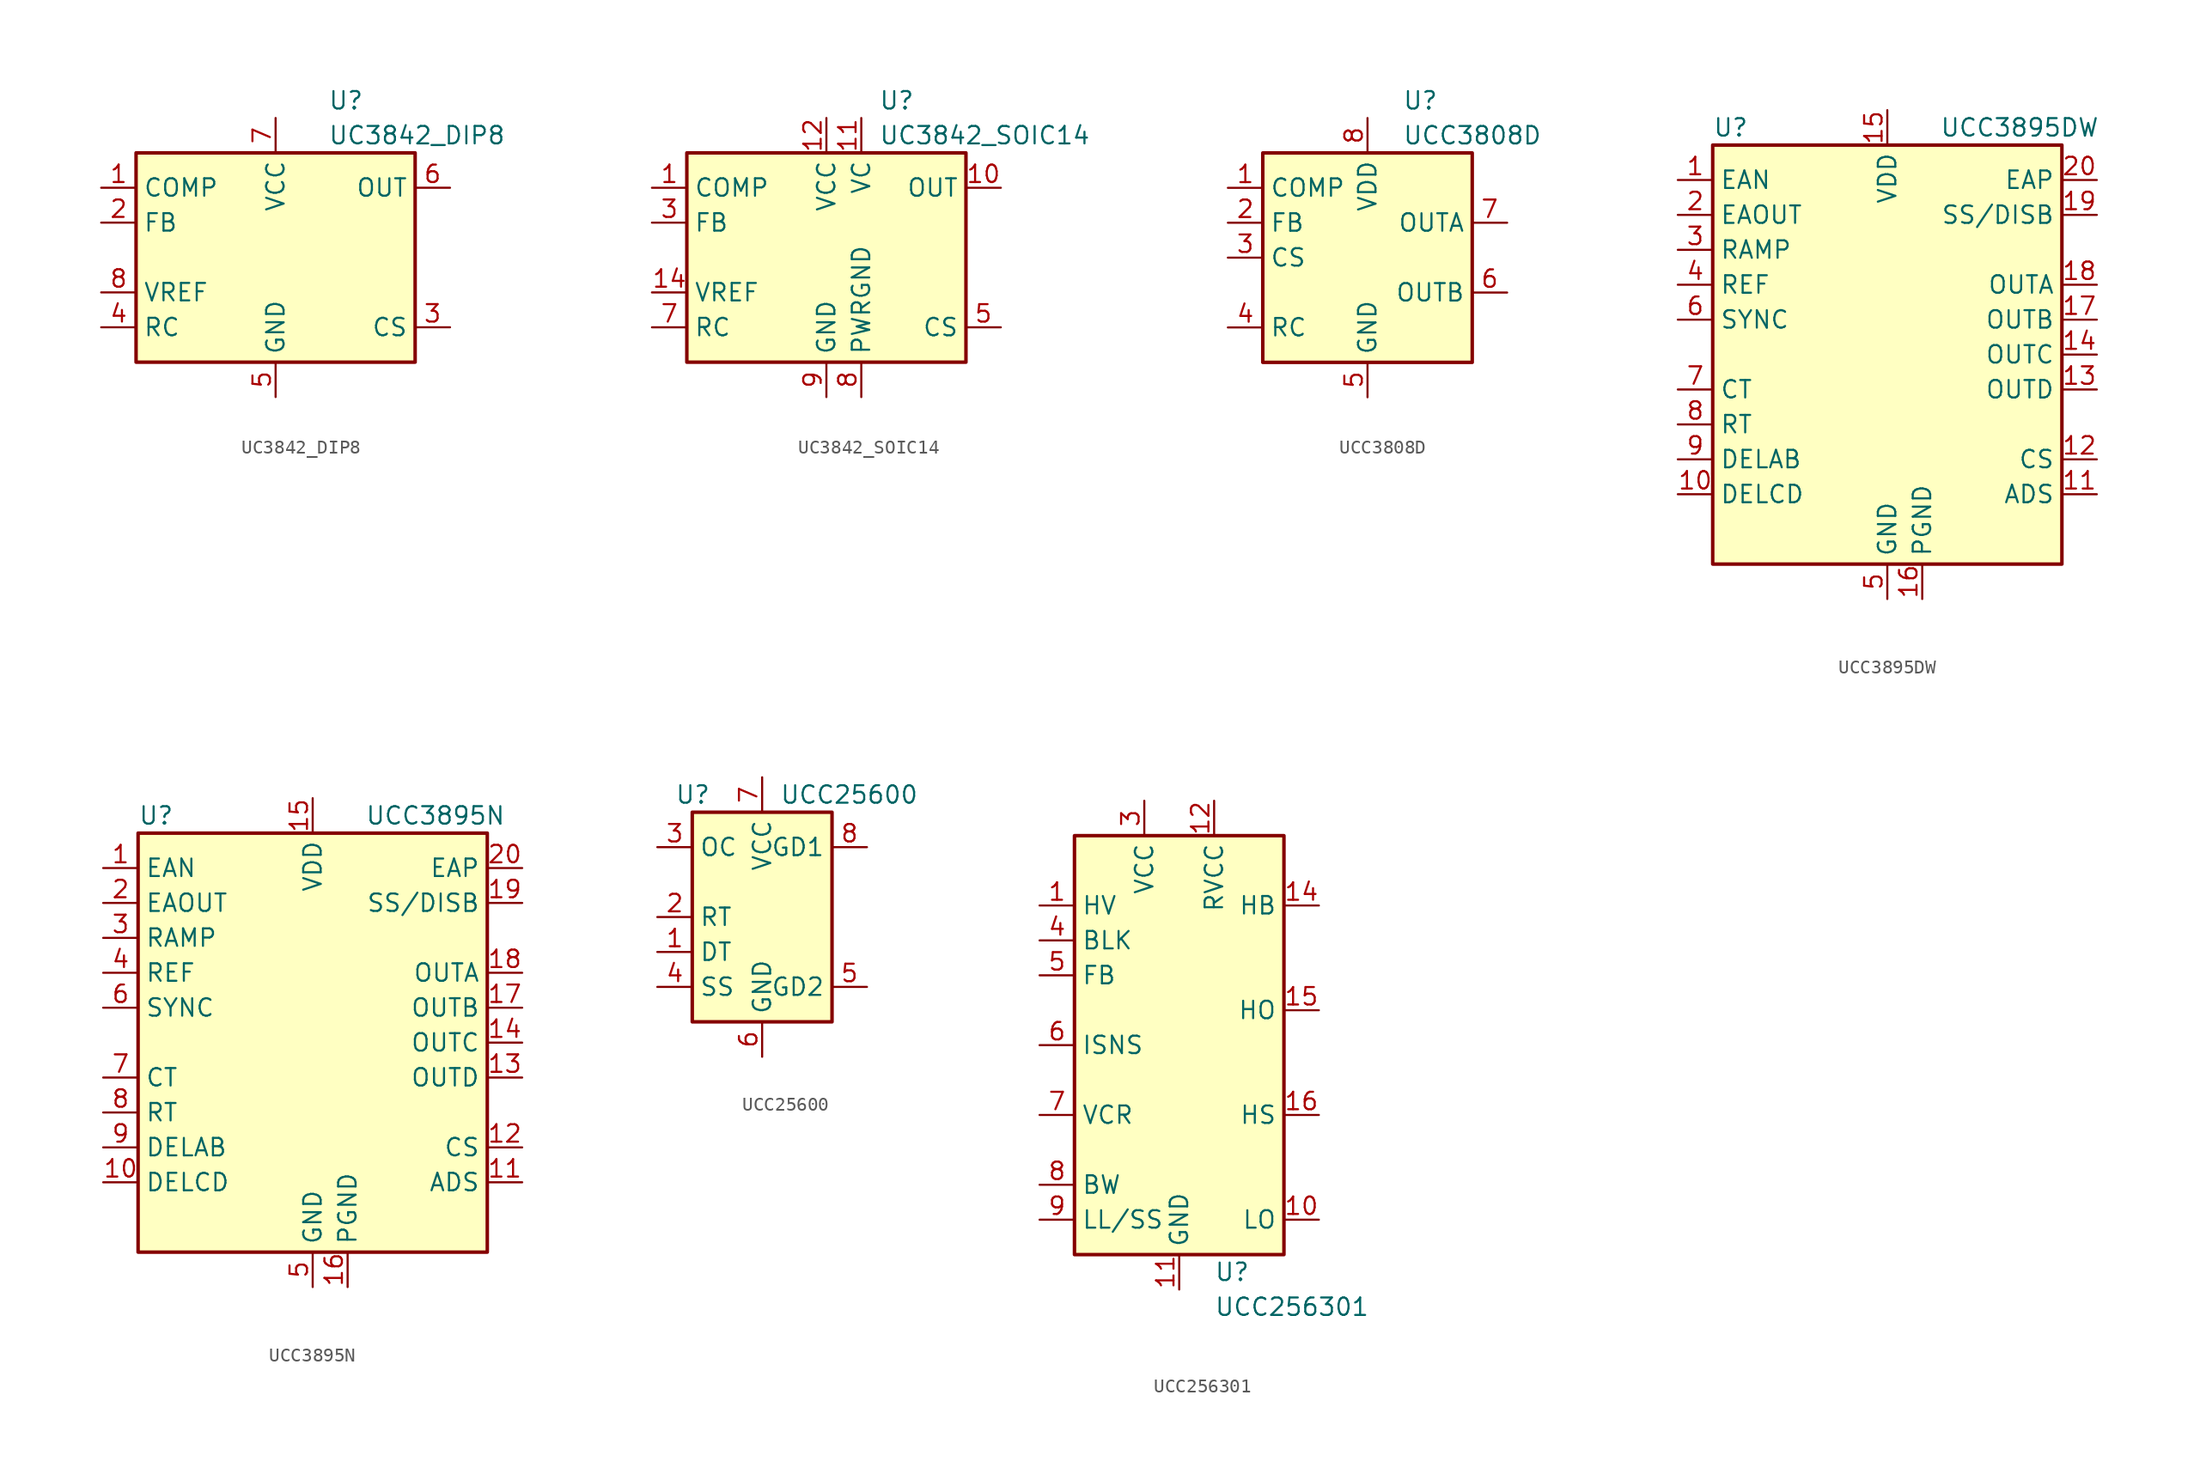
<source format=kicad_sym>
(kicad_symbol_lib
  (version 20201005)
  (generator kicad_symbol_editor)
  (symbol "Regulator_Controller:UC3842_DIP8"
    (property "Reference" "U"
      (at 3.81 11.43 0)
      (effects (font (size 1.27 1.27)) (justify left)))
    (property "Value" "UC3842_DIP8"
      (at 3.81 8.89 0)
      (effects (font (size 1.27 1.27)) (justify left)))
    (symbol "UC3842_DIP8_0_1"
      (rectangle (start -10.16 -7.62) (end 10.16 7.62) (stroke (width 0.254)) (fill (type background))))
    (symbol "UC3842_DIP8_1_1"
      (pin passive line (at -12.7 5.08 0) (length 2.54) (name "COMP" (effects (font (size 1.27 1.27)))) (number "1" (effects (font (size 1.27 1.27)))))
      (pin input line (at -12.7 2.54 0) (length 2.54) (name "FB" (effects (font (size 1.27 1.27)))) (number "2" (effects (font (size 1.27 1.27)))))
      (pin input line (at 12.7 -5.08 180) (length 2.54) (name "CS" (effects (font (size 1.27 1.27)))) (number "3" (effects (font (size 1.27 1.27)))))
      (pin passive line (at -12.7 -5.08 0) (length 2.54) (name "RC" (effects (font (size 1.27 1.27)))) (number "4" (effects (font (size 1.27 1.27)))))
      (pin power_in line (at 0 -10.16 90) (length 2.54) (name "GND" (effects (font (size 1.27 1.27)))) (number "5" (effects (font (size 1.27 1.27)))))
      (pin output line (at 12.7 5.08 180) (length 2.54) (name "OUT" (effects (font (size 1.27 1.27)))) (number "6" (effects (font (size 1.27 1.27)))))
      (pin power_in line (at 0 10.16 270) (length 2.54) (name "VCC" (effects (font (size 1.27 1.27)))) (number "7" (effects (font (size 1.27 1.27)))))
      (pin power_out line (at -12.7 -2.54 0) (length 2.54) (name "VREF" (effects (font (size 1.27 1.27)))) (number "8" (effects (font (size 1.27 1.27)))))))
  (symbol "Regulator_Controller:UC3842_SOIC14"
    (property "Reference" "U"
      (at 3.81 11.43 0)
      (effects (font (size 1.27 1.27)) (justify left)))
    (property "Value" "UC3842_SOIC14"
      (at 3.81 8.89 0)
      (effects (font (size 1.27 1.27)) (justify left)))
    (symbol "UC3842_SOIC14_0_1"
      (rectangle (start -10.16 -7.62) (end 10.16 7.62) (stroke (width 0.254)) (fill (type background))))
    (symbol "UC3842_SOIC14_1_1"
      (pin passive line (at -12.7 5.08 0) (length 2.54) (name "COMP" (effects (font (size 1.27 1.27)))) (number "1" (effects (font (size 1.27 1.27)))))
      (pin output line (at 12.7 5.08 180) (length 2.54) (name "OUT" (effects (font (size 1.27 1.27)))) (number "10" (effects (font (size 1.27 1.27)))))
      (pin power_in line (at 2.54 10.16 270) (length 2.54) (name "VC" (effects (font (size 1.27 1.27)))) (number "11" (effects (font (size 1.27 1.27)))))
      (pin power_in line (at 0 10.16 270) (length 2.54) (name "VCC" (effects (font (size 1.27 1.27)))) (number "12" (effects (font (size 1.27 1.27)))))
      (pin no_connect line (at -2.54 -7.62 90) (length 2.54) hide (name "NC" (effects (font (size 1.27 1.27)))) (number "13" (effects (font (size 1.27 1.27)))))
      (pin power_out line (at -12.7 -2.54 0) (length 2.54) (name "VREF" (effects (font (size 1.27 1.27)))) (number "14" (effects (font (size 1.27 1.27)))))
      (pin no_connect line (at -10.16 -7.62 90) (length 2.54) hide (name "NC" (effects (font (size 1.27 1.27)))) (number "2" (effects (font (size 1.27 1.27)))))
      (pin input line (at -12.7 2.54 0) (length 2.54) (name "FB" (effects (font (size 1.27 1.27)))) (number "3" (effects (font (size 1.27 1.27)))))
      (pin no_connect line (at -7.62 -7.62 90) (length 2.54) hide (name "NC" (effects (font (size 1.27 1.27)))) (number "4" (effects (font (size 1.27 1.27)))))
      (pin input line (at 12.7 -5.08 180) (length 2.54) (name "CS" (effects (font (size 1.27 1.27)))) (number "5" (effects (font (size 1.27 1.27)))))
      (pin no_connect line (at -5.08 -7.62 90) (length 2.54) hide (name "NC" (effects (font (size 1.27 1.27)))) (number "6" (effects (font (size 1.27 1.27)))))
      (pin passive line (at -12.7 -5.08 0) (length 2.54) (name "RC" (effects (font (size 1.27 1.27)))) (number "7" (effects (font (size 1.27 1.27)))))
      (pin power_in line (at 2.54 -10.16 90) (length 2.54) (name "PWRGND" (effects (font (size 1.27 1.27)))) (number "8" (effects (font (size 1.27 1.27)))))
      (pin power_in line (at 0 -10.16 90) (length 2.54) (name "GND" (effects (font (size 1.27 1.27)))) (number "9" (effects (font (size 1.27 1.27)))))))
  (symbol "Regulator_Controller:UCC3808D"
    (property "Reference" "U"
      (at 2.54 11.43 0)
      (effects (font (size 1.27 1.27)) (justify left)))
    (property "Value" "UCC3808D"
      (at 2.54 8.89 0)
      (effects (font (size 1.27 1.27)) (justify left)))
    (symbol "UCC3808D_0_1"
      (rectangle (start -7.62 -7.62) (end 7.62 7.62) (stroke (width 0.254)) (fill (type background))))
    (symbol "UCC3808D_1_1"
      (pin passive line (at -10.16 5.08 0) (length 2.54) (name "COMP" (effects (font (size 1.27 1.27)))) (number "1" (effects (font (size 1.27 1.27)))))
      (pin input line (at -10.16 2.54 0) (length 2.54) (name "FB" (effects (font (size 1.27 1.27)))) (number "2" (effects (font (size 1.27 1.27)))))
      (pin input line (at -10.16 0 0) (length 2.54) (name "CS" (effects (font (size 1.27 1.27)))) (number "3" (effects (font (size 1.27 1.27)))))
      (pin passive line (at -10.16 -5.08 0) (length 2.54) (name "RC" (effects (font (size 1.27 1.27)))) (number "4" (effects (font (size 1.27 1.27)))))
      (pin power_in line (at 0 -10.16 90) (length 2.54) (name "GND" (effects (font (size 1.27 1.27)))) (number "5" (effects (font (size 1.27 1.27)))))
      (pin output line (at 10.16 -2.54 180) (length 2.54) (name "OUTB" (effects (font (size 1.27 1.27)))) (number "6" (effects (font (size 1.27 1.27)))))
      (pin output line (at 10.16 2.54 180) (length 2.54) (name "OUTA" (effects (font (size 1.27 1.27)))) (number "7" (effects (font (size 1.27 1.27)))))
      (pin power_in line (at 0 10.16 270) (length 2.54) (name "VDD" (effects (font (size 1.27 1.27)))) (number "8" (effects (font (size 1.27 1.27)))))))
  (symbol "Regulator_Controller:UCC3895DW"
    (property "Reference" "U"
      (at -12.7 16.51 0)
      (effects (font (size 1.27 1.27)) (justify left)))
    (property "Value" "UCC3895DW"
      (at 3.81 16.51 0)
      (effects (font (size 1.27 1.27)) (justify left)))
    (symbol "UCC3895DW_0_1"
      (rectangle (start -12.7 15.24) (end 12.7 -15.24) (stroke (width 0.254)) (fill (type background))))
    (symbol "UCC3895DW_1_1"
      (pin input line (at -15.24 12.7 0) (length 2.54) (name "EAN" (effects (font (size 1.27 1.27)))) (number "1" (effects (font (size 1.27 1.27)))))
      (pin passive line (at -15.24 -10.16 0) (length 2.54) (name "DELCD" (effects (font (size 1.27 1.27)))) (number "10" (effects (font (size 1.27 1.27)))))
      (pin input line (at 15.24 -10.16 180) (length 2.54) (name "ADS" (effects (font (size 1.27 1.27)))) (number "11" (effects (font (size 1.27 1.27)))))
      (pin input line (at 15.24 -7.62 180) (length 2.54) (name "CS" (effects (font (size 1.27 1.27)))) (number "12" (effects (font (size 1.27 1.27)))))
      (pin output line (at 15.24 -2.54 180) (length 2.54) (name "OUTD" (effects (font (size 1.27 1.27)))) (number "13" (effects (font (size 1.27 1.27)))))
      (pin output line (at 15.24 0 180) (length 2.54) (name "OUTC" (effects (font (size 1.27 1.27)))) (number "14" (effects (font (size 1.27 1.27)))))
      (pin power_in line (at 0 17.78 270) (length 2.54) (name "VDD" (effects (font (size 1.27 1.27)))) (number "15" (effects (font (size 1.27 1.27)))))
      (pin power_in line (at 2.54 -17.78 90) (length 2.54) (name "PGND" (effects (font (size 1.27 1.27)))) (number "16" (effects (font (size 1.27 1.27)))))
      (pin output line (at 15.24 2.54 180) (length 2.54) (name "OUTB" (effects (font (size 1.27 1.27)))) (number "17" (effects (font (size 1.27 1.27)))))
      (pin output line (at 15.24 5.08 180) (length 2.54) (name "OUTA" (effects (font (size 1.27 1.27)))) (number "18" (effects (font (size 1.27 1.27)))))
      (pin passive line (at 15.24 10.16 180) (length 2.54) (name "SS/DISB" (effects (font (size 1.27 1.27)))) (number "19" (effects (font (size 1.27 1.27)))))
      (pin bidirectional line (at -15.24 10.16 0) (length 2.54) (name "EAOUT" (effects (font (size 1.27 1.27)))) (number "2" (effects (font (size 1.27 1.27)))))
      (pin input line (at 15.24 12.7 180) (length 2.54) (name "EAP" (effects (font (size 1.27 1.27)))) (number "20" (effects (font (size 1.27 1.27)))))
      (pin input line (at -15.24 7.62 0) (length 2.54) (name "RAMP" (effects (font (size 1.27 1.27)))) (number "3" (effects (font (size 1.27 1.27)))))
      (pin output line (at -15.24 5.08 0) (length 2.54) (name "REF" (effects (font (size 1.27 1.27)))) (number "4" (effects (font (size 1.27 1.27)))))
      (pin power_in line (at 0 -17.78 90) (length 2.54) (name "GND" (effects (font (size 1.27 1.27)))) (number "5" (effects (font (size 1.27 1.27)))))
      (pin bidirectional line (at -15.24 2.54 0) (length 2.54) (name "SYNC" (effects (font (size 1.27 1.27)))) (number "6" (effects (font (size 1.27 1.27)))))
      (pin passive line (at -15.24 -2.54 0) (length 2.54) (name "CT" (effects (font (size 1.27 1.27)))) (number "7" (effects (font (size 1.27 1.27)))))
      (pin passive line (at -15.24 -5.08 0) (length 2.54) (name "RT" (effects (font (size 1.27 1.27)))) (number "8" (effects (font (size 1.27 1.27)))))
      (pin passive line (at -15.24 -7.62 0) (length 2.54) (name "DELAB" (effects (font (size 1.27 1.27)))) (number "9" (effects (font (size 1.27 1.27)))))))
  (symbol "Regulator_Controller:UCC3895N"
    (property "Reference" "U"
      (at -12.7 16.51 0)
      (effects (font (size 1.27 1.27)) (justify left)))
    (property "Value" "UCC3895N"
      (at 3.81 16.51 0)
      (effects (font (size 1.27 1.27)) (justify left)))
    (symbol "UCC3895N_0_1"
      (rectangle (start -12.7 15.24) (end 12.7 -15.24) (stroke (width 0.254)) (fill (type background))))
    (symbol "UCC3895N_1_1"
      (pin input line (at -15.24 12.7 0) (length 2.54) (name "EAN" (effects (font (size 1.27 1.27)))) (number "1" (effects (font (size 1.27 1.27)))))
      (pin passive line (at -15.24 -10.16 0) (length 2.54) (name "DELCD" (effects (font (size 1.27 1.27)))) (number "10" (effects (font (size 1.27 1.27)))))
      (pin input line (at 15.24 -10.16 180) (length 2.54) (name "ADS" (effects (font (size 1.27 1.27)))) (number "11" (effects (font (size 1.27 1.27)))))
      (pin input line (at 15.24 -7.62 180) (length 2.54) (name "CS" (effects (font (size 1.27 1.27)))) (number "12" (effects (font (size 1.27 1.27)))))
      (pin output line (at 15.24 -2.54 180) (length 2.54) (name "OUTD" (effects (font (size 1.27 1.27)))) (number "13" (effects (font (size 1.27 1.27)))))
      (pin output line (at 15.24 0 180) (length 2.54) (name "OUTC" (effects (font (size 1.27 1.27)))) (number "14" (effects (font (size 1.27 1.27)))))
      (pin power_in line (at 0 17.78 270) (length 2.54) (name "VDD" (effects (font (size 1.27 1.27)))) (number "15" (effects (font (size 1.27 1.27)))))
      (pin power_in line (at 2.54 -17.78 90) (length 2.54) (name "PGND" (effects (font (size 1.27 1.27)))) (number "16" (effects (font (size 1.27 1.27)))))
      (pin output line (at 15.24 2.54 180) (length 2.54) (name "OUTB" (effects (font (size 1.27 1.27)))) (number "17" (effects (font (size 1.27 1.27)))))
      (pin output line (at 15.24 5.08 180) (length 2.54) (name "OUTA" (effects (font (size 1.27 1.27)))) (number "18" (effects (font (size 1.27 1.27)))))
      (pin passive line (at 15.24 10.16 180) (length 2.54) (name "SS/DISB" (effects (font (size 1.27 1.27)))) (number "19" (effects (font (size 1.27 1.27)))))
      (pin bidirectional line (at -15.24 10.16 0) (length 2.54) (name "EAOUT" (effects (font (size 1.27 1.27)))) (number "2" (effects (font (size 1.27 1.27)))))
      (pin input line (at 15.24 12.7 180) (length 2.54) (name "EAP" (effects (font (size 1.27 1.27)))) (number "20" (effects (font (size 1.27 1.27)))))
      (pin input line (at -15.24 7.62 0) (length 2.54) (name "RAMP" (effects (font (size 1.27 1.27)))) (number "3" (effects (font (size 1.27 1.27)))))
      (pin output line (at -15.24 5.08 0) (length 2.54) (name "REF" (effects (font (size 1.27 1.27)))) (number "4" (effects (font (size 1.27 1.27)))))
      (pin power_in line (at 0 -17.78 90) (length 2.54) (name "GND" (effects (font (size 1.27 1.27)))) (number "5" (effects (font (size 1.27 1.27)))))
      (pin bidirectional line (at -15.24 2.54 0) (length 2.54) (name "SYNC" (effects (font (size 1.27 1.27)))) (number "6" (effects (font (size 1.27 1.27)))))
      (pin passive line (at -15.24 -2.54 0) (length 2.54) (name "CT" (effects (font (size 1.27 1.27)))) (number "7" (effects (font (size 1.27 1.27)))))
      (pin passive line (at -15.24 -5.08 0) (length 2.54) (name "RT" (effects (font (size 1.27 1.27)))) (number "8" (effects (font (size 1.27 1.27)))))
      (pin passive line (at -15.24 -7.62 0) (length 2.54) (name "DELAB" (effects (font (size 1.27 1.27)))) (number "9" (effects (font (size 1.27 1.27)))))))
  (symbol "Regulator_Controller:UCC25600"
    (property "Reference" "U"
      (at -6.35 8.89 0)
      (effects (font (size 1.27 1.27)) (justify left)))
    (property "Value" "UCC25600"
      (at 1.27 8.89 0)
      (effects (font (size 1.27 1.27)) (justify left)))
    (symbol "UCC25600_0_0"
      (rectangle (start -5.08 7.62) (end 5.08 -7.62) (stroke (width 0.254)) (fill (type background))))
    (symbol "UCC25600_1_1"
      (pin passive line (at -7.62 -2.54 0) (length 2.54) (name "DT" (effects (font (size 1.27 1.27)))) (number "1" (effects (font (size 1.27 1.27)))))
      (pin input line (at -7.62 0 0) (length 2.54) (name "RT" (effects (font (size 1.27 1.27)))) (number "2" (effects (font (size 1.27 1.27)))))
      (pin input line (at -7.62 5.08 0) (length 2.54) (name "OC" (effects (font (size 1.27 1.27)))) (number "3" (effects (font (size 1.27 1.27)))))
      (pin passive line (at -7.62 -5.08 0) (length 2.54) (name "SS" (effects (font (size 1.27 1.27)))) (number "4" (effects (font (size 1.27 1.27)))))
      (pin output line (at 7.62 -5.08 180) (length 2.54) (name "GD2" (effects (font (size 1.27 1.27)))) (number "5" (effects (font (size 1.27 1.27)))))
      (pin power_in line (at 0 -10.16 90) (length 2.54) (name "GND" (effects (font (size 1.27 1.27)))) (number "6" (effects (font (size 1.27 1.27)))))
      (pin power_in line (at 0 10.16 270) (length 2.54) (name "VCC" (effects (font (size 1.27 1.27)))) (number "7" (effects (font (size 1.27 1.27)))))
      (pin output line (at 7.62 5.08 180) (length 2.54) (name "GD1" (effects (font (size 1.27 1.27)))) (number "8" (effects (font (size 1.27 1.27)))))))
  (symbol "Regulator_Controller:UCC256301"
    (property "Reference" "U"
      (at 2.54 -16.51 0)
      (effects (font (size 1.27 1.27)) (justify left)))
    (property "Value" "UCC256301"
      (at 2.54 -19.05 0)
      (effects (font (size 1.27 1.27)) (justify left)))
    (symbol "UCC256301_0_1"
      (rectangle (start -7.62 15.24) (end 7.62 -15.24) (stroke (width 0.254)) (fill (type background))))
    (symbol "UCC256301_1_1"
      (pin input line (at -10.16 10.16 0) (length 2.54) (name "HV" (effects (font (size 1.27 1.27)))) (number "1" (effects (font (size 1.27 1.27)))))
      (pin output line (at 10.16 -12.7 180) (length 2.54) (name "LO" (effects (font (size 1.27 1.27)))) (number "10" (effects (font (size 1.27 1.27)))))
      (pin power_in line (at 0 -17.78 90) (length 2.54) (name "GND" (effects (font (size 1.27 1.27)))) (number "11" (effects (font (size 1.27 1.27)))))
      (pin power_out line (at 2.54 17.78 270) (length 2.54) (name "RVCC" (effects (font (size 1.27 1.27)))) (number "12" (effects (font (size 1.27 1.27)))))
      (pin input line (at 10.16 10.16 180) (length 2.54) (name "HB" (effects (font (size 1.27 1.27)))) (number "14" (effects (font (size 1.27 1.27)))))
      (pin output line (at 10.16 2.54 180) (length 2.54) (name "HO" (effects (font (size 1.27 1.27)))) (number "15" (effects (font (size 1.27 1.27)))))
      (pin input line (at 10.16 -5.08 180) (length 2.54) (name "HS" (effects (font (size 1.27 1.27)))) (number "16" (effects (font (size 1.27 1.27)))))
      (pin power_in line (at -2.54 17.78 270) (length 2.54) (name "VCC" (effects (font (size 1.27 1.27)))) (number "3" (effects (font (size 1.27 1.27)))))
      (pin input line (at -10.16 7.62 0) (length 2.54) (name "BLK" (effects (font (size 1.27 1.27)))) (number "4" (effects (font (size 1.27 1.27)))))
      (pin input line (at -10.16 5.08 0) (length 2.54) (name "FB" (effects (font (size 1.27 1.27)))) (number "5" (effects (font (size 1.27 1.27)))))
      (pin input line (at -10.16 0 0) (length 2.54) (name "ISNS" (effects (font (size 1.27 1.27)))) (number "6" (effects (font (size 1.27 1.27)))))
      (pin input line (at -10.16 -5.08 0) (length 2.54) (name "VCR" (effects (font (size 1.27 1.27)))) (number "7" (effects (font (size 1.27 1.27)))))
      (pin input line (at -10.16 -10.16 0) (length 2.54) (name "BW" (effects (font (size 1.27 1.27)))) (number "8" (effects (font (size 1.27 1.27)))))
      (pin input line (at -10.16 -12.7 0) (length 2.54) (name "LL/SS" (effects (font (size 1.27 1.27)))) (number "9" (effects (font (size 1.27 1.27))))))))
</source>
